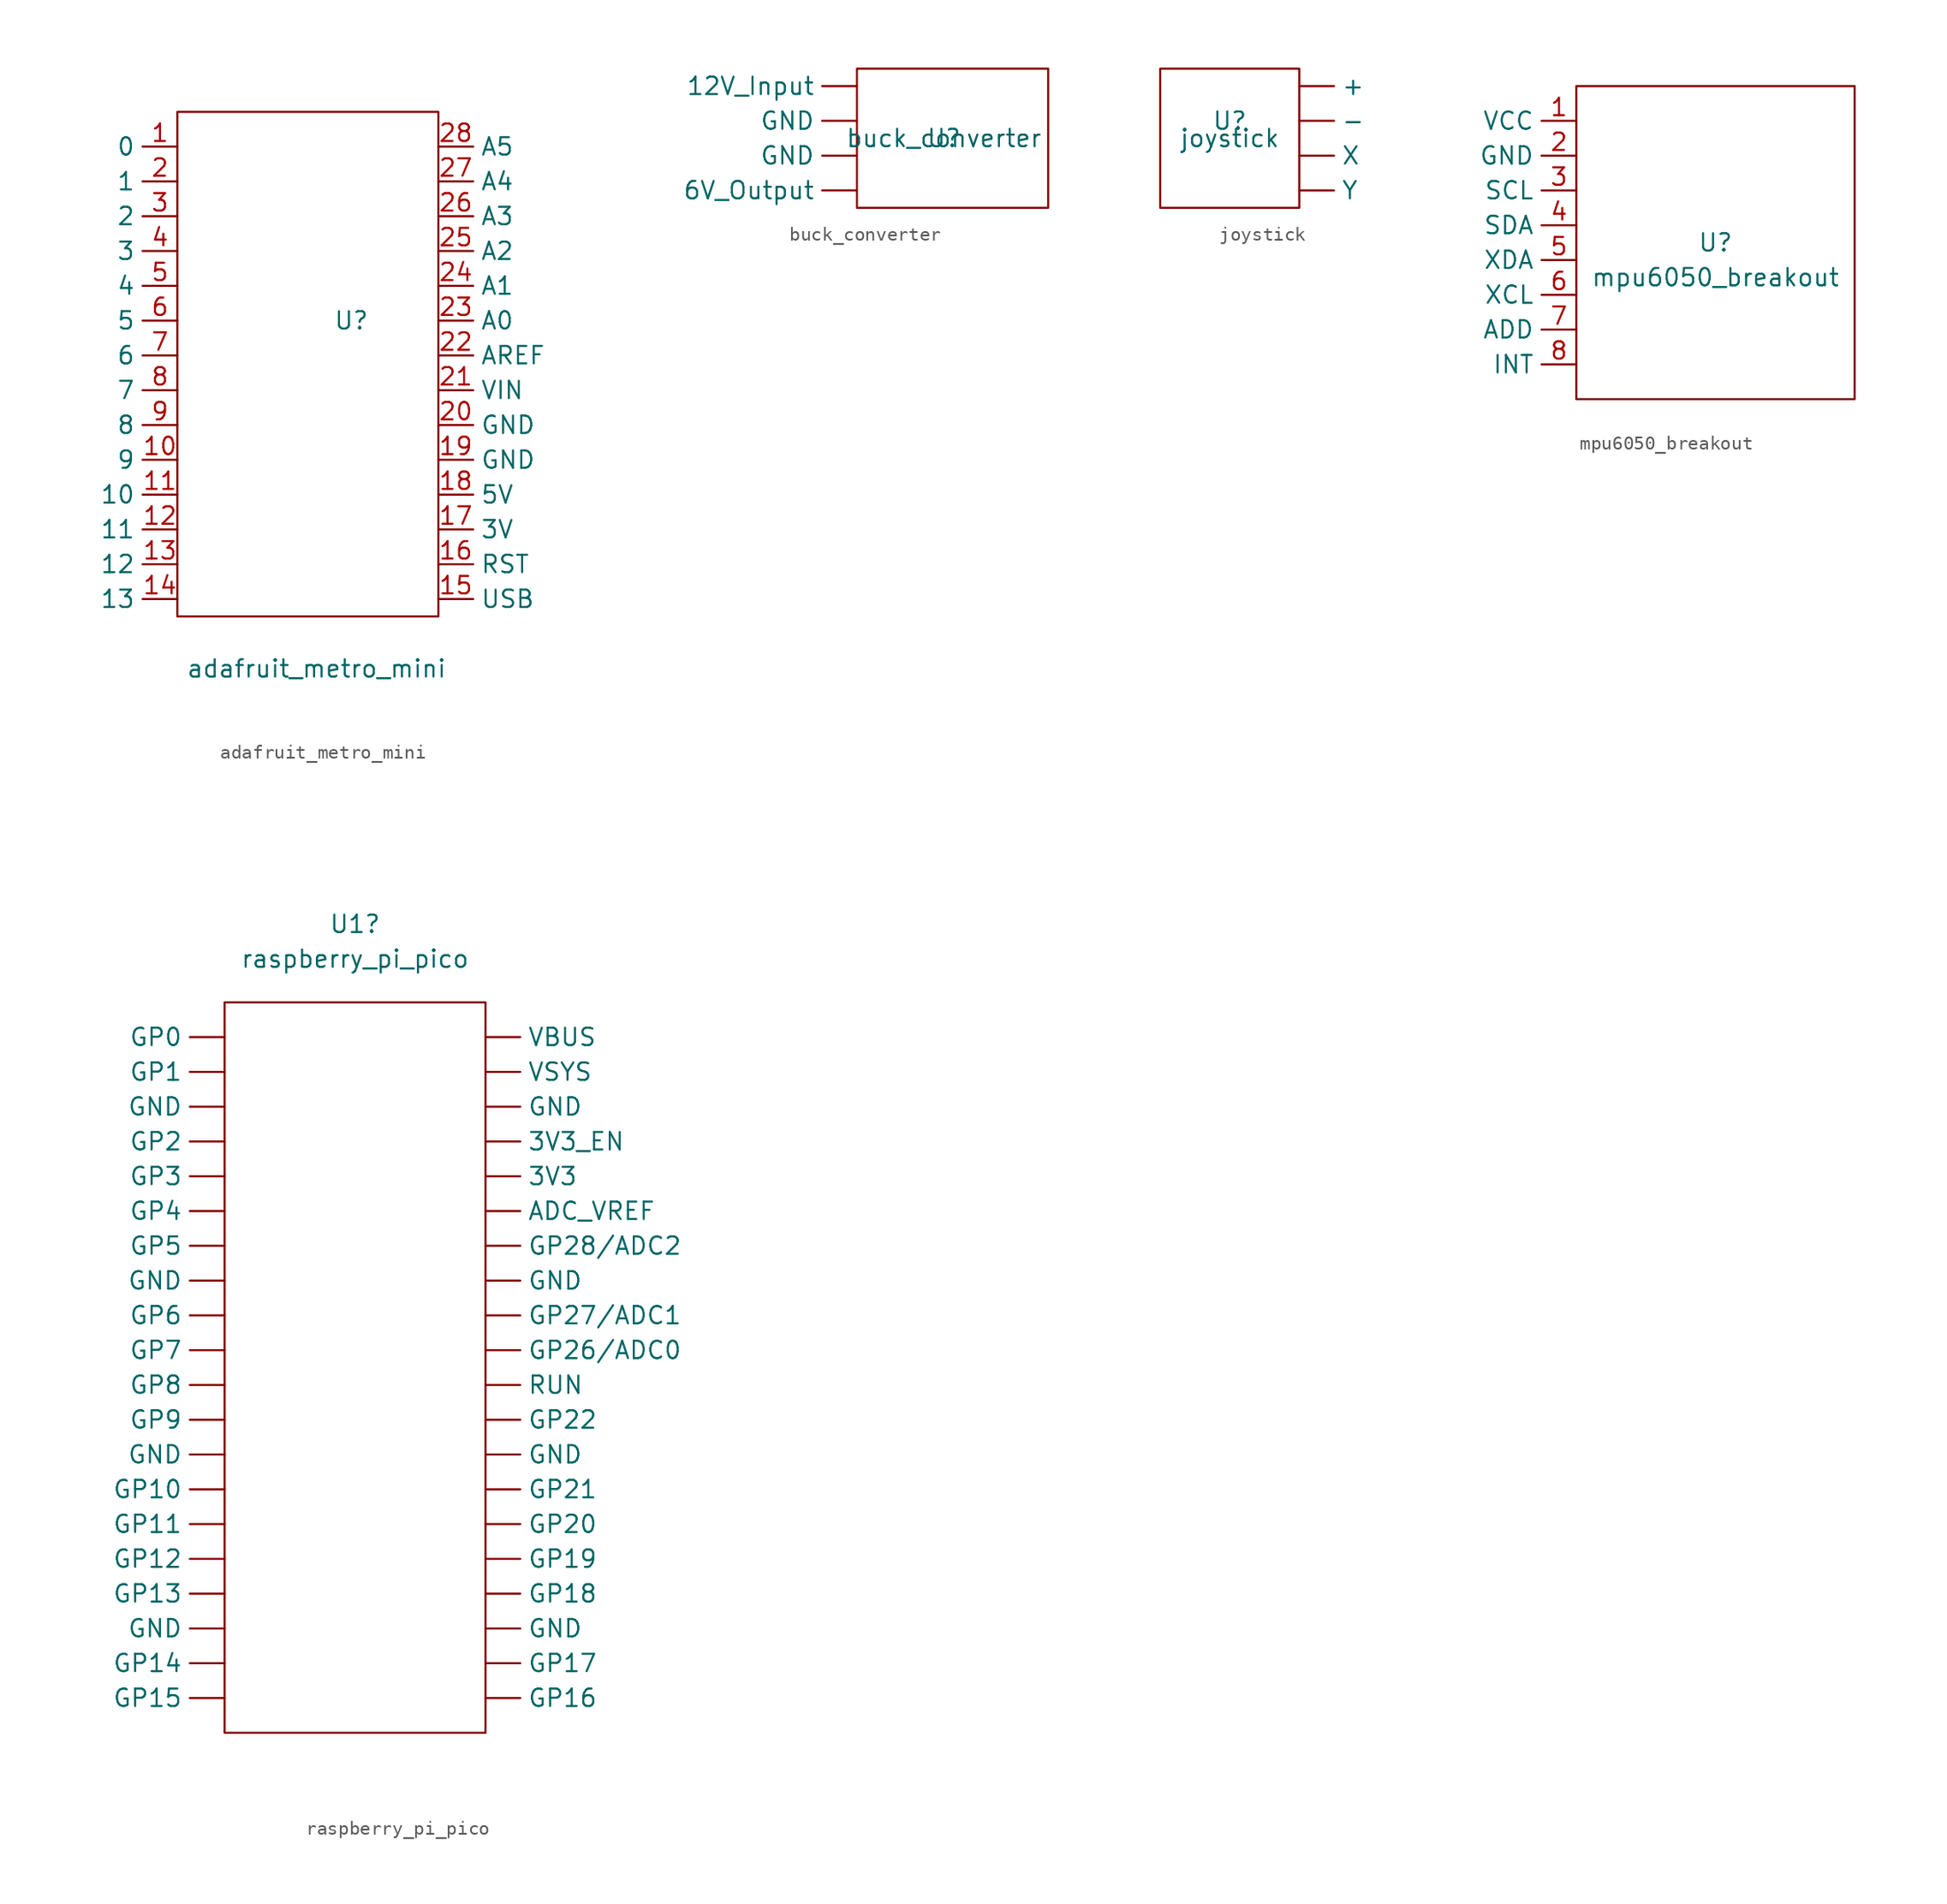
<source format=kicad_sym>
(kicad_symbol_lib
  (version 20220914)
  (generator kicad_symbol_editor)
  (symbol "adafruit_metro_mini"
    (property "Reference" "U"
      (at 0 0 0)
      (effects (font (size 1.27 1.27))))
    (property "Value" "adafruit_metro_mini"
      (at -2.54 -25.4 0)
      (effects (font (size 1.27 1.27))))
    (symbol "adafruit_metro_mini_0_1"
      (rectangle (start -12.7 15.24) (end 6.35 -21.59) (stroke (width 0) (type default)) (fill (type none))))
    (symbol "adafruit_metro_mini_1_1"
      (pin bidirectional line (at -12.7 12.7 180) (length 2.54) (name "0" (effects (font (size 1.27 1.27)))) (number "1" (effects (font (size 1.27 1.27)))))
      (pin bidirectional line (at -12.7 -10.16 180) (length 2.54) (name "9" (effects (font (size 1.27 1.27)))) (number "10" (effects (font (size 1.27 1.27)))))
      (pin bidirectional line (at -12.7 -12.7 180) (length 2.54) (name "10" (effects (font (size 1.27 1.27)))) (number "11" (effects (font (size 1.27 1.27)))))
      (pin bidirectional line (at -12.7 -15.24 180) (length 2.54) (name "11" (effects (font (size 1.27 1.27)))) (number "12" (effects (font (size 1.27 1.27)))))
      (pin bidirectional line (at -12.7 -17.78 180) (length 2.54) (name "12" (effects (font (size 1.27 1.27)))) (number "13" (effects (font (size 1.27 1.27)))))
      (pin bidirectional line (at -12.7 -20.32 180) (length 2.54) (name "13" (effects (font (size 1.27 1.27)))) (number "14" (effects (font (size 1.27 1.27)))))
      (pin bidirectional line (at 6.35 -20.32 0) (length 2.54) (name "USB" (effects (font (size 1.27 1.27)))) (number "15" (effects (font (size 1.27 1.27)))))
      (pin bidirectional line (at 6.35 -17.78 0) (length 2.54) (name "RST" (effects (font (size 1.27 1.27)))) (number "16" (effects (font (size 1.27 1.27)))))
      (pin output line (at 6.35 -15.24 0) (length 2.54) (name "3V" (effects (font (size 1.27 1.27)))) (number "17" (effects (font (size 1.27 1.27)))))
      (pin output line (at 6.35 -12.7 0) (length 2.54) (name "5V" (effects (font (size 1.27 1.27)))) (number "18" (effects (font (size 1.27 1.27)))))
      (pin bidirectional line (at 6.35 -10.16 0) (length 2.54) (name "GND" (effects (font (size 1.27 1.27)))) (number "19" (effects (font (size 1.27 1.27)))))
      (pin bidirectional line (at -12.7 10.16 180) (length 2.54) (name "1" (effects (font (size 1.27 1.27)))) (number "2" (effects (font (size 1.27 1.27)))))
      (pin bidirectional line (at 6.35 -7.62 0) (length 2.54) (name "GND" (effects (font (size 1.27 1.27)))) (number "20" (effects (font (size 1.27 1.27)))))
      (pin bidirectional line (at 6.35 -5.08 0) (length 2.54) (name "VIN" (effects (font (size 1.27 1.27)))) (number "21" (effects (font (size 1.27 1.27)))))
      (pin output line (at 6.35 -2.54 0) (length 2.54) (name "AREF" (effects (font (size 1.27 1.27)))) (number "22" (effects (font (size 1.27 1.27)))))
      (pin bidirectional line (at 6.35 0 0) (length 2.54) (name "A0" (effects (font (size 1.27 1.27)))) (number "23" (effects (font (size 1.27 1.27)))))
      (pin bidirectional line (at 6.35 2.54 0) (length 2.54) (name "A1" (effects (font (size 1.27 1.27)))) (number "24" (effects (font (size 1.27 1.27)))))
      (pin bidirectional line (at 6.35 5.08 0) (length 2.54) (name "A2" (effects (font (size 1.27 1.27)))) (number "25" (effects (font (size 1.27 1.27)))))
      (pin bidirectional line (at 6.35 7.62 0) (length 2.54) (name "A3" (effects (font (size 1.27 1.27)))) (number "26" (effects (font (size 1.27 1.27)))))
      (pin bidirectional line (at 6.35 10.16 0) (length 2.54) (name "A4" (effects (font (size 1.27 1.27)))) (number "27" (effects (font (size 1.27 1.27)))))
      (pin bidirectional line (at 6.35 12.7 0) (length 2.54) (name "A5" (effects (font (size 1.27 1.27)))) (number "28" (effects (font (size 1.27 1.27)))))
      (pin bidirectional line (at -12.7 7.62 180) (length 2.54) (name "2" (effects (font (size 1.27 1.27)))) (number "3" (effects (font (size 1.27 1.27)))))
      (pin bidirectional line (at -12.7 5.08 180) (length 2.54) (name "3" (effects (font (size 1.27 1.27)))) (number "4" (effects (font (size 1.27 1.27)))))
      (pin bidirectional line (at -12.7 2.54 180) (length 2.54) (name "4" (effects (font (size 1.27 1.27)))) (number "5" (effects (font (size 1.27 1.27)))))
      (pin bidirectional line (at -12.7 0 180) (length 2.54) (name "5" (effects (font (size 1.27 1.27)))) (number "6" (effects (font (size 1.27 1.27)))))
      (pin bidirectional line (at -12.7 -2.54 180) (length 2.54) (name "6" (effects (font (size 1.27 1.27)))) (number "7" (effects (font (size 1.27 1.27)))))
      (pin bidirectional line (at -12.7 -5.08 180) (length 2.54) (name "7" (effects (font (size 1.27 1.27)))) (number "8" (effects (font (size 1.27 1.27)))))
      (pin bidirectional line (at -12.7 -7.62 180) (length 2.54) (name "8" (effects (font (size 1.27 1.27)))) (number "9" (effects (font (size 1.27 1.27)))))))
  (symbol "buck_converter"
    (property "Reference" "U"
      (at 0 0 0)
      (effects (font (size 1.27 1.27))))
    (property "Value" "buck_converter"
      (at 0 0 0)
      (effects (font (size 1.27 1.27))))
    (symbol "buck_converter_0_1"
      (rectangle (start -6.35 5.08) (end 7.62 -5.08) (stroke (width 0) (type default)) (fill (type none))))
    (symbol "buck_converter_1_1"
      (pin input line (at -6.35 3.81 180) (length 2.54) (name "12V_Input" (effects (font (size 1.27 1.27)))) (number "" (effects (font (size 1.27 1.27)))))
      (pin output line (at -6.35 -3.81 180) (length 2.54) (name "6V_Output" (effects (font (size 1.27 1.27)))) (number "" (effects (font (size 1.27 1.27)))))
      (pin bidirectional line (at -6.35 -1.27 180) (length 2.54) (name "GND" (effects (font (size 1.27 1.27)))) (number "" (effects (font (size 1.27 1.27)))))
      (pin bidirectional line (at -6.35 1.27 180) (length 2.54) (name "GND" (effects (font (size 1.27 1.27)))) (number "" (effects (font (size 1.27 1.27)))))))
  (symbol "joystick"
    (property "Reference" "U"
      (at 0 0 0)
      (effects (font (size 1.27 1.27))))
    (property "Value" "joystick"
      (at 0 -1.27 0)
      (effects (font (size 1.27 1.27))))
    (symbol "joystick_0_1"
      (rectangle (start -5.08 3.81) (end 5.08 -6.35) (stroke (width 0) (type default)) (fill (type none))))
    (symbol "joystick_1_1"
      (pin input line (at 5.08 2.54 0) (length 2.54) (name "+" (effects (font (size 1.27 1.27)))) (number "" (effects (font (size 1.27 1.27)))))
      (pin input line (at 5.08 0 0) (length 2.54) (name "-" (effects (font (size 1.27 1.27)))) (number "" (effects (font (size 1.27 1.27)))))
      (pin input line (at 5.08 -2.54 0) (length 2.54) (name "X" (effects (font (size 1.27 1.27)))) (number "" (effects (font (size 1.27 1.27)))))
      (pin input line (at 5.08 -5.08 0) (length 2.54) (name "Y" (effects (font (size 1.27 1.27)))) (number "" (effects (font (size 1.27 1.27)))))))
  (symbol "mpu6050_breakout"
    (property "Reference" "U"
      (at 0 0 0)
      (effects (font (size 1.27 1.27))))
    (property "Value" "mpu6050_breakout"
      (at 0 -2.54 0)
      (effects (font (size 1.27 1.27))))
    (symbol "mpu6050_breakout_0_1"
      (rectangle (start -10.16 11.43) (end 10.16 -11.43) (stroke (width 0) (type default)) (fill (type none))))
    (symbol "mpu6050_breakout_1_1"
      (pin input line (at -10.16 8.89 180) (length 2.54) (name "VCC" (effects (font (size 1.27 1.27)))) (number "1" (effects (font (size 1.27 1.27)))))
      (pin input line (at -10.16 6.35 180) (length 2.54) (name "GND" (effects (font (size 1.27 1.27)))) (number "2" (effects (font (size 1.27 1.27)))))
      (pin input line (at -10.16 3.81 180) (length 2.54) (name "SCL" (effects (font (size 1.27 1.27)))) (number "3" (effects (font (size 1.27 1.27)))))
      (pin bidirectional line (at -10.16 1.27 180) (length 2.54) (name "SDA" (effects (font (size 1.27 1.27)))) (number "4" (effects (font (size 1.27 1.27)))))
      (pin bidirectional line (at -10.16 -1.27 180) (length 2.54) (name "XDA" (effects (font (size 1.27 1.27)))) (number "5" (effects (font (size 1.27 1.27)))))
      (pin bidirectional line (at -10.16 -3.81 180) (length 2.54) (name "XCL" (effects (font (size 1.27 1.27)))) (number "6" (effects (font (size 1.27 1.27)))))
      (pin input line (at -10.16 -6.35 180) (length 2.54) (name "ADD" (effects (font (size 1.27 1.27)))) (number "7" (effects (font (size 1.27 1.27)))))
      (pin output line (at -10.16 -8.89 180) (length 2.54) (name "INT" (effects (font (size 1.27 1.27)))) (number "8" (effects (font (size 1.27 1.27)))))))
  (symbol "raspberry_pi_pico"
    (pin_numbers hide)
    (property "Reference" "U1"
      (at -3.175 20.955 0)
      (effects (font (size 1.27 1.27))))
    (property "Value" "raspberry_pi_pico"
      (at -3.175 18.415 0)
      (effects (font (size 1.27 1.27))))
    (symbol "raspberry_pi_pico_0_1"
      (rectangle (start -12.7 15.24) (end 6.35 -38.1) (stroke (width 0) (type default)) (fill (type none))))
    (symbol "raspberry_pi_pico_1_1"
      (pin bidirectional line (at -12.7 12.7 180) (length 2.54) (name "GP0" (effects (font (size 1.27 1.27)))) (number "1" (effects (font (size 1.27 1.27)))))
      (pin bidirectional line (at -12.7 -10.16 180) (length 2.54) (name "GP7" (effects (font (size 1.27 1.27)))) (number "10" (effects (font (size 1.27 1.27)))))
      (pin bidirectional line (at -12.7 -12.7 180) (length 2.54) (name "GP8" (effects (font (size 1.27 1.27)))) (number "11" (effects (font (size 1.27 1.27)))))
      (pin bidirectional line (at -12.7 -15.24 180) (length 2.54) (name "GP9" (effects (font (size 1.27 1.27)))) (number "12" (effects (font (size 1.27 1.27)))))
      (pin bidirectional line (at -12.7 -17.78 180) (length 2.54) (name "GND" (effects (font (size 1.27 1.27)))) (number "13" (effects (font (size 1.27 1.27)))))
      (pin bidirectional line (at -12.7 -20.32 180) (length 2.54) (name "GP10" (effects (font (size 1.27 1.27)))) (number "14" (effects (font (size 1.27 1.27)))))
      (pin bidirectional line (at -12.7 -22.86 180) (length 2.54) (name "GP11" (effects (font (size 1.27 1.27)))) (number "15" (effects (font (size 1.27 1.27)))))
      (pin bidirectional line (at -12.7 -25.4 180) (length 2.54) (name "GP12" (effects (font (size 1.27 1.27)))) (number "16" (effects (font (size 1.27 1.27)))))
      (pin bidirectional line (at -12.7 -27.94 180) (length 2.54) (name "GP13" (effects (font (size 1.27 1.27)))) (number "17" (effects (font (size 1.27 1.27)))))
      (pin bidirectional line (at -12.7 -30.48 180) (length 2.54) (name "GND" (effects (font (size 1.27 1.27)))) (number "18" (effects (font (size 1.27 1.27)))))
      (pin bidirectional line (at -12.7 -33.02 180) (length 2.54) (name "GP14" (effects (font (size 1.27 1.27)))) (number "19" (effects (font (size 1.27 1.27)))))
      (pin bidirectional line (at -12.7 10.16 180) (length 2.54) (name "GP1" (effects (font (size 1.27 1.27)))) (number "2" (effects (font (size 1.27 1.27)))))
      (pin bidirectional line (at -12.7 -35.56 180) (length 2.54) (name "GP15" (effects (font (size 1.27 1.27)))) (number "20" (effects (font (size 1.27 1.27)))))
      (pin bidirectional line (at 6.35 -35.56 0) (length 2.54) (name "GP16" (effects (font (size 1.27 1.27)))) (number "21" (effects (font (size 1.27 1.27)))))
      (pin bidirectional line (at 6.35 -33.02 0) (length 2.54) (name "GP17" (effects (font (size 1.27 1.27)))) (number "22" (effects (font (size 1.27 1.27)))))
      (pin bidirectional line (at 6.35 -30.48 0) (length 2.54) (name "GND" (effects (font (size 1.27 1.27)))) (number "23" (effects (font (size 1.27 1.27)))))
      (pin bidirectional line (at 6.35 -27.94 0) (length 2.54) (name "GP18" (effects (font (size 1.27 1.27)))) (number "24" (effects (font (size 1.27 1.27)))))
      (pin bidirectional line (at 6.35 -25.4 0) (length 2.54) (name "GP19" (effects (font (size 1.27 1.27)))) (number "25" (effects (font (size 1.27 1.27)))))
      (pin bidirectional line (at 6.35 -22.86 0) (length 2.54) (name "GP20" (effects (font (size 1.27 1.27)))) (number "26" (effects (font (size 1.27 1.27)))))
      (pin bidirectional line (at 6.35 -20.32 0) (length 2.54) (name "GP21" (effects (font (size 1.27 1.27)))) (number "27" (effects (font (size 1.27 1.27)))))
      (pin bidirectional line (at 6.35 -17.78 0) (length 2.54) (name "GND" (effects (font (size 1.27 1.27)))) (number "28" (effects (font (size 1.27 1.27)))))
      (pin bidirectional line (at 6.35 -15.24 0) (length 2.54) (name "GP22" (effects (font (size 1.27 1.27)))) (number "29" (effects (font (size 1.27 1.27)))))
      (pin bidirectional line (at -12.7 7.62 180) (length 2.54) (name "GND" (effects (font (size 1.27 1.27)))) (number "3" (effects (font (size 1.27 1.27)))))
      (pin bidirectional line (at 6.35 -12.7 0) (length 2.54) (name "RUN" (effects (font (size 1.27 1.27)))) (number "30" (effects (font (size 1.27 1.27)))))
      (pin bidirectional line (at 6.35 -10.16 0) (length 2.54) (name "GP26/ADC0" (effects (font (size 1.27 1.27)))) (number "31" (effects (font (size 1.27 1.27)))))
      (pin bidirectional line (at 6.35 -7.62 0) (length 2.54) (name "GP27/ADC1" (effects (font (size 1.27 1.27)))) (number "32" (effects (font (size 1.27 1.27)))))
      (pin bidirectional line (at 6.35 -5.08 0) (length 2.54) (name "GND" (effects (font (size 1.27 1.27)))) (number "33" (effects (font (size 1.27 1.27)))))
      (pin bidirectional line (at 6.35 -2.54 0) (length 2.54) (name "GP28/ADC2" (effects (font (size 1.27 1.27)))) (number "34" (effects (font (size 1.27 1.27)))))
      (pin output line (at 6.35 0 0) (length 2.54) (name "ADC_VREF" (effects (font (size 1.27 1.27)))) (number "35" (effects (font (size 1.27 1.27)))))
      (pin output line (at 6.35 2.54 0) (length 2.54) (name "3V3" (effects (font (size 1.27 1.27)))) (number "36" (effects (font (size 1.27 1.27)))))
      (pin bidirectional line (at 6.35 5.08 0) (length 2.54) (name "3V3_EN" (effects (font (size 1.27 1.27)))) (number "37" (effects (font (size 1.27 1.27)))))
      (pin bidirectional line (at 6.35 7.62 0) (length 2.54) (name "GND" (effects (font (size 1.27 1.27)))) (number "38" (effects (font (size 1.27 1.27)))))
      (pin bidirectional line (at 6.35 10.16 0) (length 2.54) (name "VSYS" (effects (font (size 1.27 1.27)))) (number "39" (effects (font (size 1.27 1.27)))))
      (pin bidirectional line (at -12.7 5.08 180) (length 2.54) (name "GP2" (effects (font (size 1.27 1.27)))) (number "4" (effects (font (size 1.27 1.27)))))
      (pin bidirectional line (at 6.35 12.7 0) (length 2.54) (name "VBUS" (effects (font (size 1.27 1.27)))) (number "40" (effects (font (size 1.27 1.27)))))
      (pin bidirectional line (at -12.7 2.54 180) (length 2.54) (name "GP3" (effects (font (size 1.27 1.27)))) (number "5" (effects (font (size 1.27 1.27)))))
      (pin bidirectional line (at -12.7 0 180) (length 2.54) (name "GP4" (effects (font (size 1.27 1.27)))) (number "6" (effects (font (size 1.27 1.27)))))
      (pin bidirectional line (at -12.7 -2.54 180) (length 2.54) (name "GP5" (effects (font (size 1.27 1.27)))) (number "7" (effects (font (size 1.27 1.27)))))
      (pin bidirectional line (at -12.7 -5.08 180) (length 2.54) (name "GND" (effects (font (size 1.27 1.27)))) (number "8" (effects (font (size 1.27 1.27)))))
      (pin bidirectional line (at -12.7 -7.62 180) (length 2.54) (name "GP6" (effects (font (size 1.27 1.27)))) (number "9" (effects (font (size 1.27 1.27))))))))
</source>
